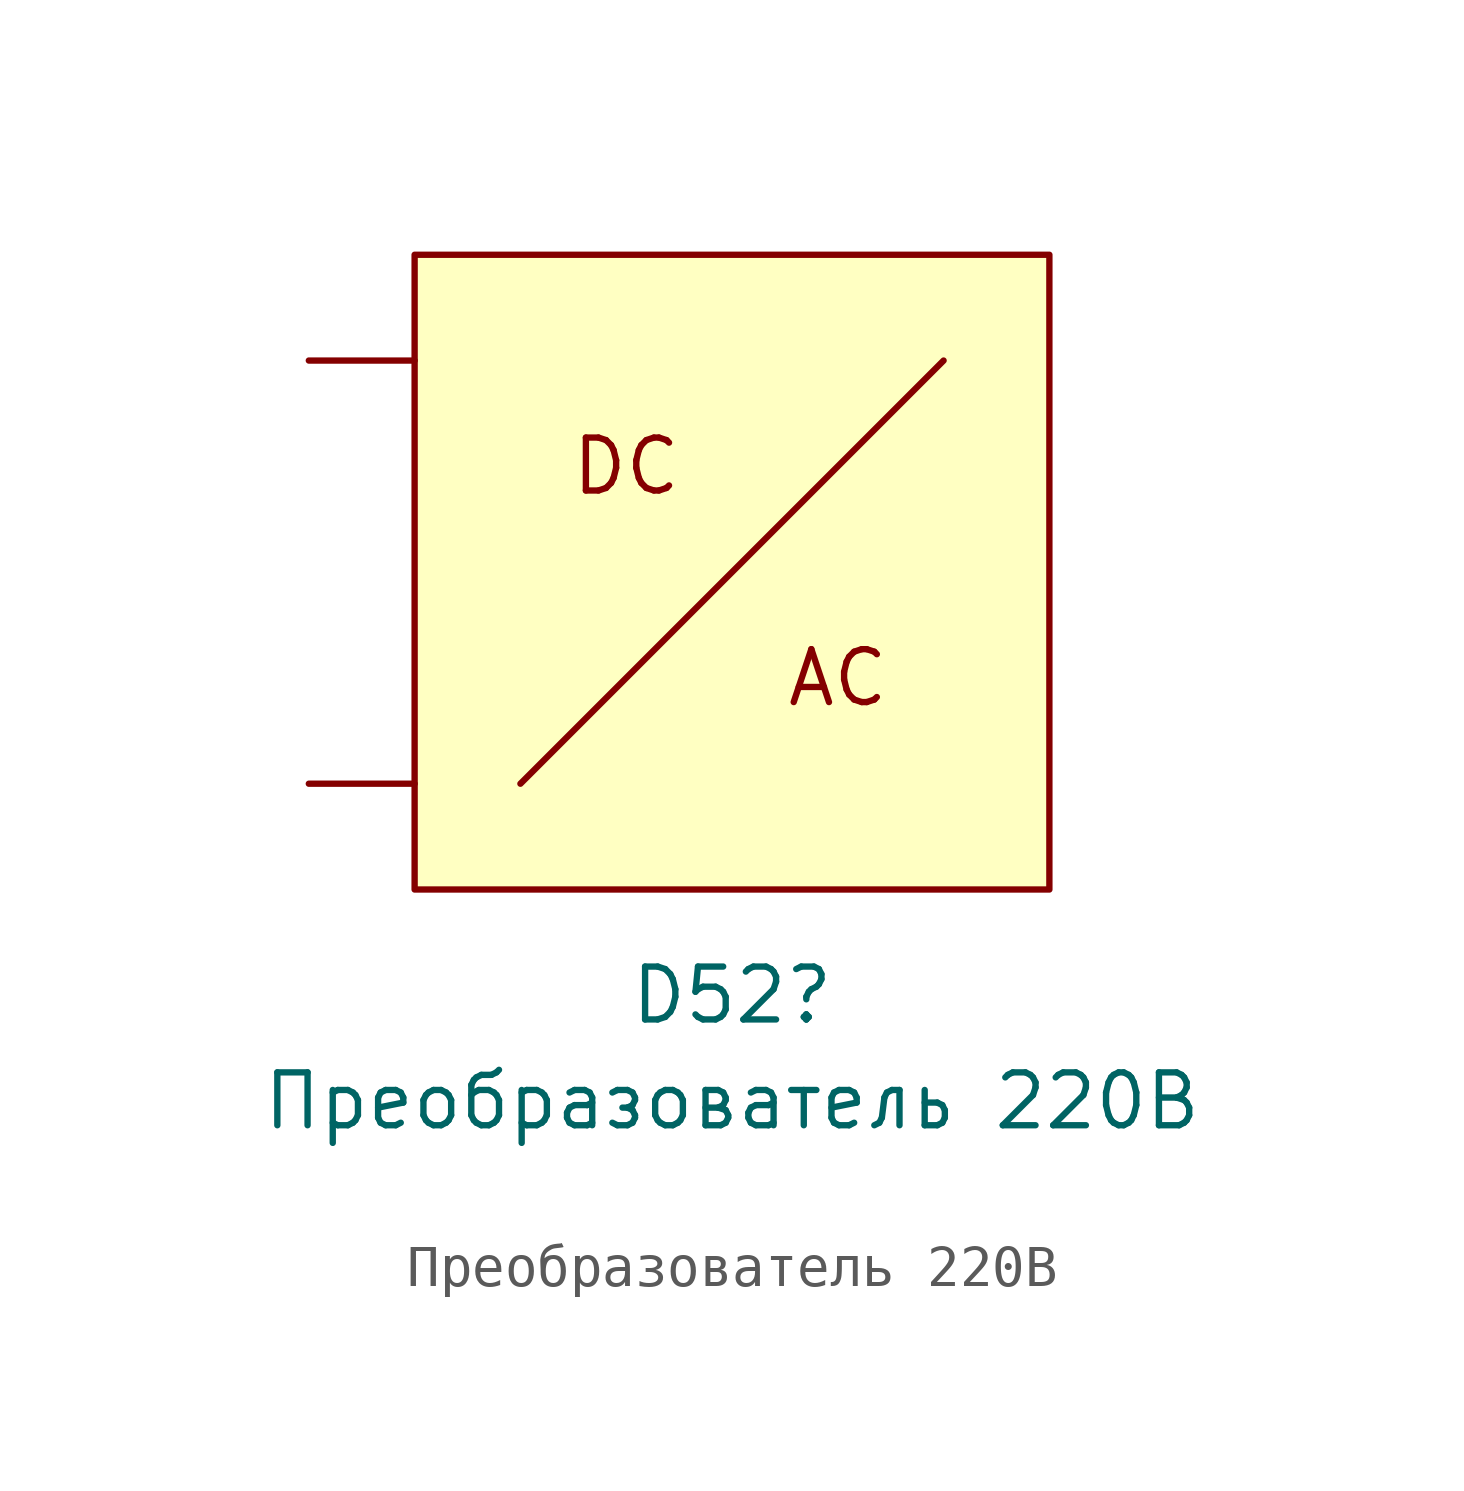
<source format=kicad_sym>
(kicad_symbol_lib
  (version 20211014)
  (generator kicad_symbol_editor)
  (symbol "Преобразователь 220В"
    (property "Reference" "D52"
      (at 0 -10.16 0)
      (effects (font (size 1.27 1.27))))
    (property "Value" "Преобразователь 220В"
      (at 0 -12.7 0)
      (effects (font (size 1.27 1.27))))
    (symbol "Преобразователь 220В_0_0"
      (polyline (pts (xy -5.08 -5.08) (xy 5.08 5.08)) (stroke (width 0) (type default) (color 0 0 0 0)) (fill (type none)))
      (text "AC" (at 2.54 -2.54 0) (effects (font (size 1.27 1.27))))
      (text "DC" (at -2.54 2.54 0) (effects (font (size 1.27 1.27)))))
    (symbol "Преобразователь 220В_0_1"
      (rectangle (start -7.62 7.62) (end 7.62 -7.62) (stroke (width 0) (type default) (color 0 0 0 0)) (fill (type background))))
    (symbol "Преобразователь 220В_1_1"
      (pin input line (at -10.16 -5.08 0) (length 2.54) (name "" (effects (font (size 1.27 1.27)))) (number "" (effects (font (size 1.27 1.27)))))
      (pin input line (at -10.16 5.08 0) (length 2.54) (name "" (effects (font (size 1.27 1.27)))) (number "" (effects (font (size 1.27 1.27))))))))
</source>
